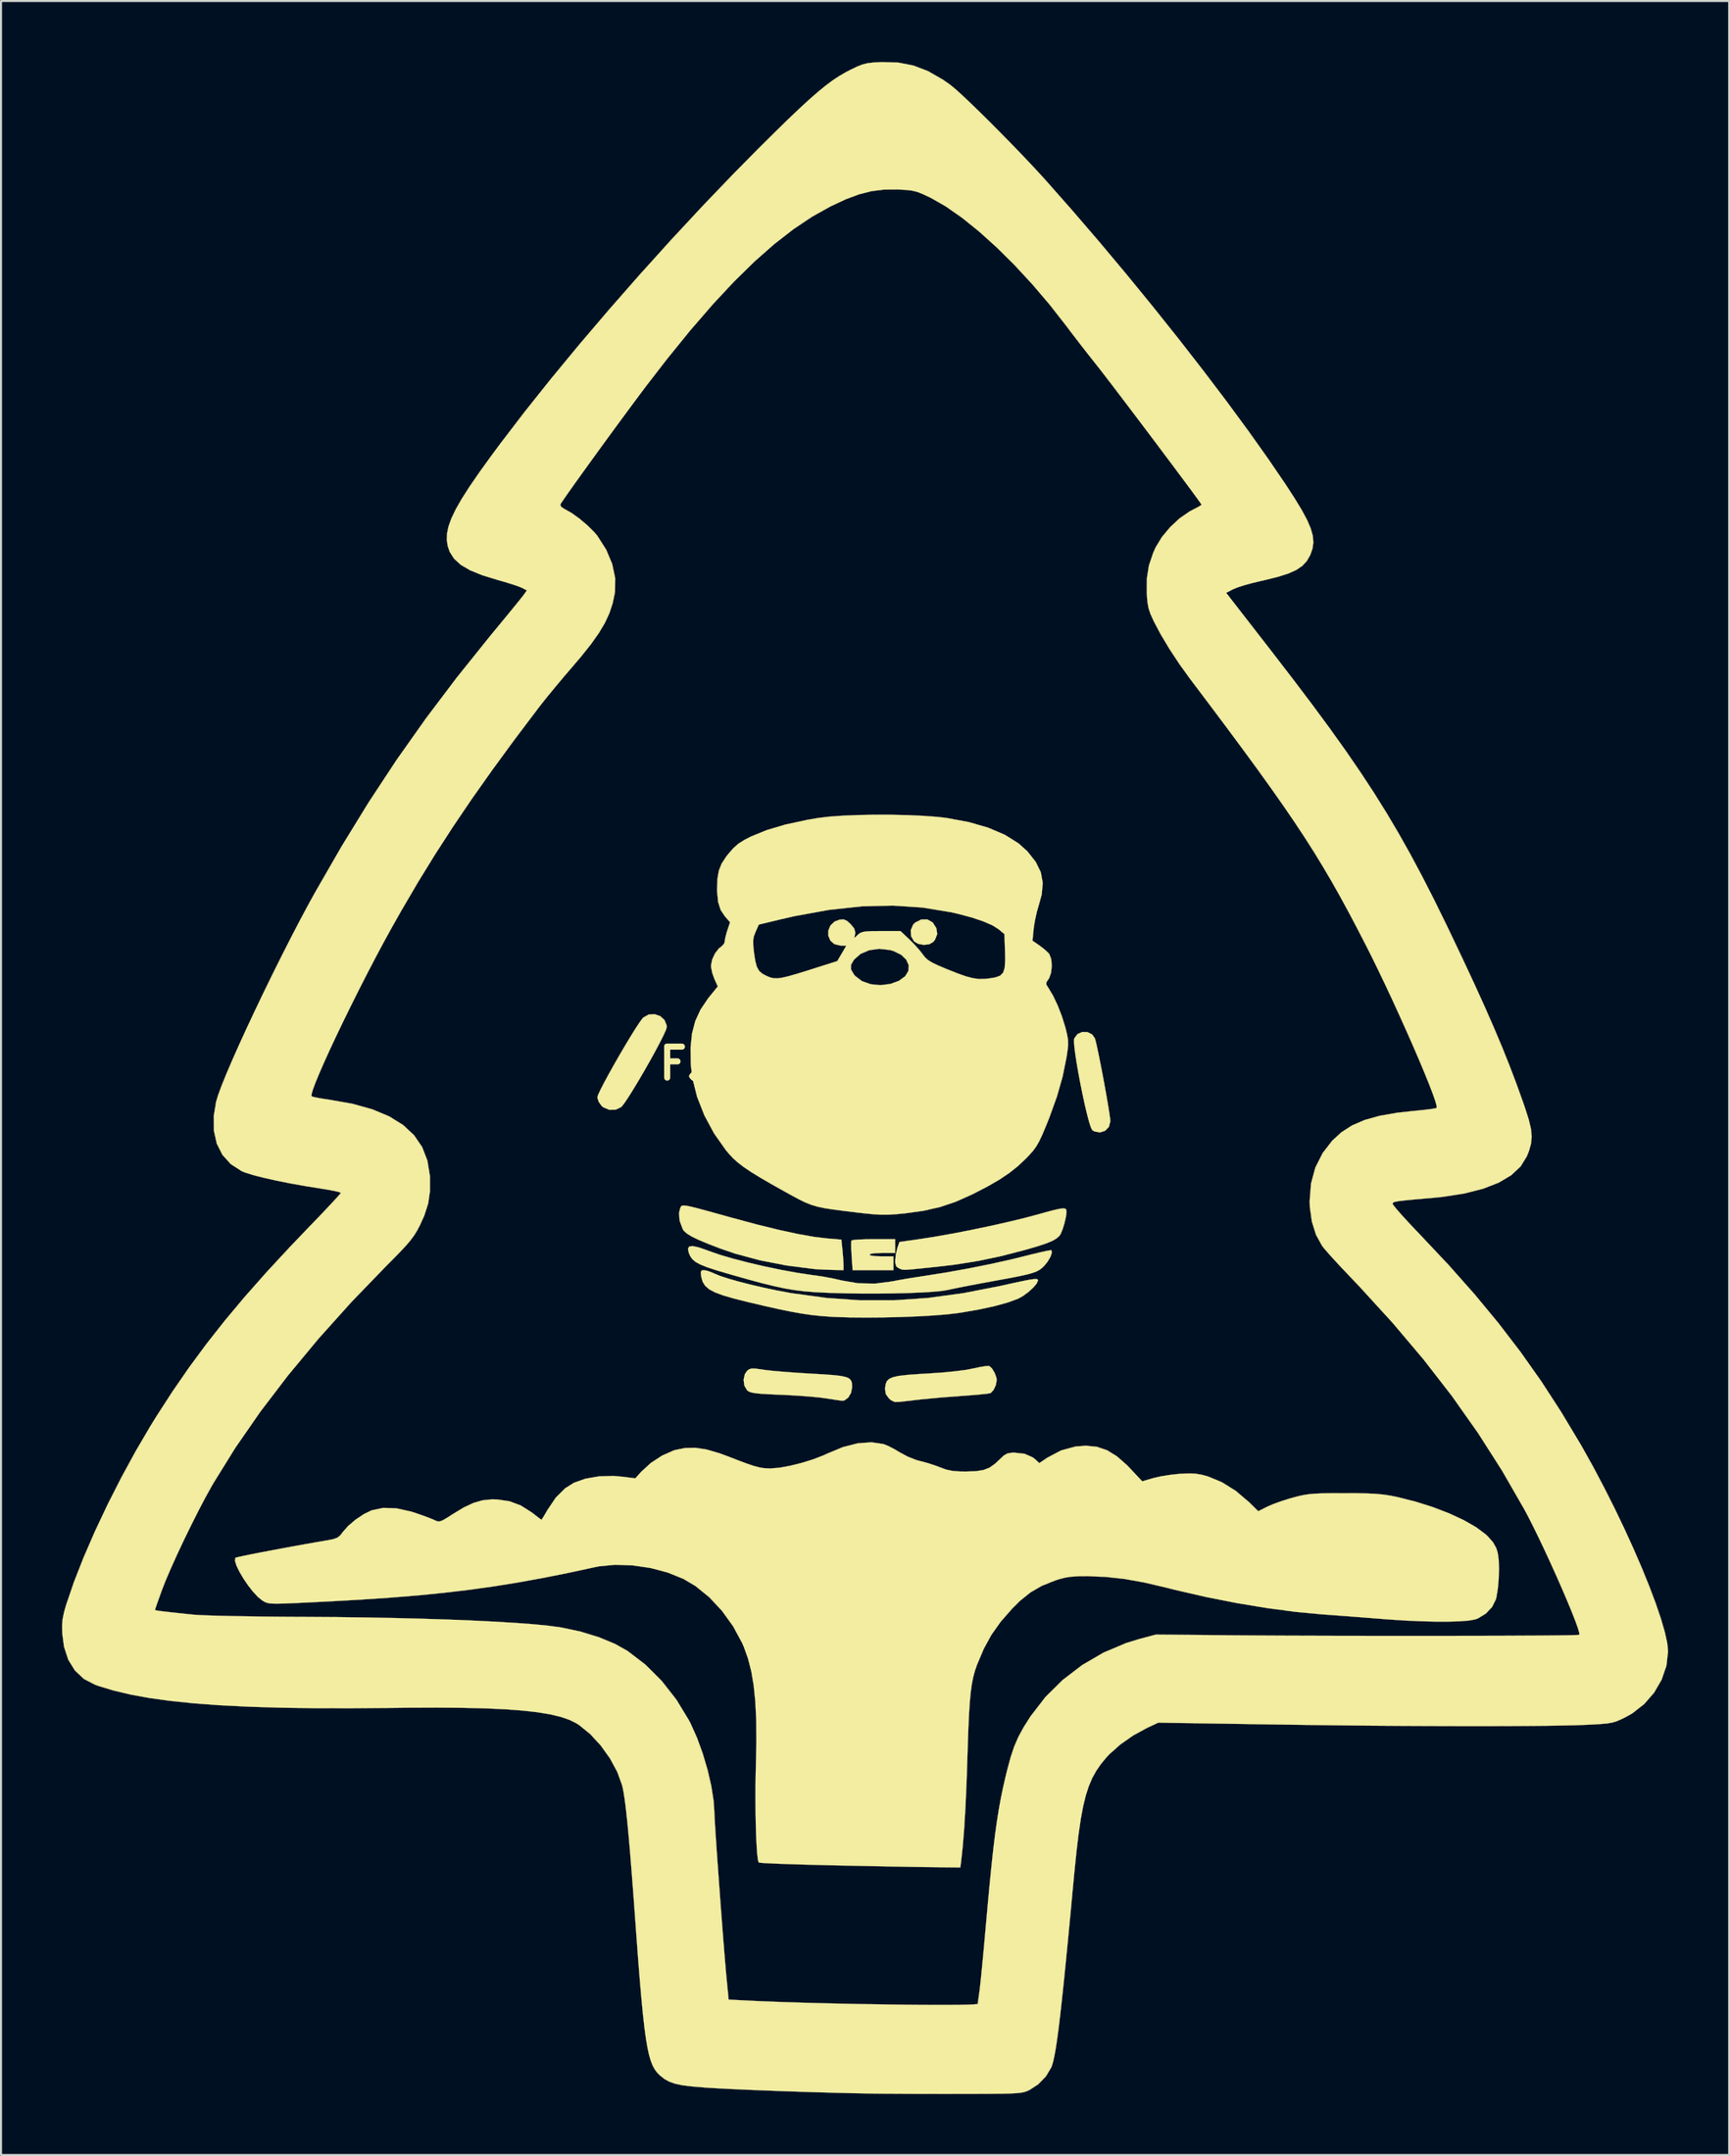
<source format=kicad_pcb>
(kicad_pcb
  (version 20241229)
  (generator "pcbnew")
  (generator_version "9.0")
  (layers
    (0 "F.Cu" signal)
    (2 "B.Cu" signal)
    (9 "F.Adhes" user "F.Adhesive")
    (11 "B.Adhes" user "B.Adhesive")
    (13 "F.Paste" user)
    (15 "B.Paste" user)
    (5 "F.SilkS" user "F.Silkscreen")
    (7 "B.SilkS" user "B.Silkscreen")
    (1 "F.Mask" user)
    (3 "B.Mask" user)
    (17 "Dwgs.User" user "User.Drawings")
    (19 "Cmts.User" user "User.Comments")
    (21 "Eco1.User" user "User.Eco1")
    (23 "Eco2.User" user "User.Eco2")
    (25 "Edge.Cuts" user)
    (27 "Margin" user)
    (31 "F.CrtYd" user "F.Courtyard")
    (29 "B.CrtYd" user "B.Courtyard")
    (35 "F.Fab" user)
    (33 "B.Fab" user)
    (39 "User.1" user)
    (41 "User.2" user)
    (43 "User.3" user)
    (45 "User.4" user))
  (footprint "F.SilkS_g1961"
    (layer "F.Cu")
    (at 37.422 49.267)
    (property "Reference" "F.SilkS_g1961" (at 0 0 0) (layer "F.SilkS") (effects (font (size 1.524 1.524) (thickness 0.3))))
    (attr through_hole)
    (fp_poly (pts (xy 5.146 -7.088) (xy 5.404 -6.941) (xy 5.582 -6.661) (xy 5.626 -6.371) (xy 5.516 -6.095) (xy 5.435 -5.99) (xy 5.236 -5.873) (xy 4.963 -5.841) (xy 4.685 -5.893) (xy 4.487 -6.011) (xy 4.339 -6.267) (xy 4.323 -6.561) (xy 4.438 -6.831) (xy 4.541 -6.937) (xy 4.847 -7.09) (xy 5.146 -7.088)) (stroke (width 0.01) (type solid)) (fill yes) (layer "F.SilkS"))
    (fp_poly (pts (xy 3.556 9.313) (xy 2.921 9.313) (xy 2.601 9.324) (xy 2.378 9.352) (xy 2.287 9.394) (xy 2.286 9.398) (xy 2.364 9.441) (xy 2.574 9.471) (xy 2.878 9.483) (xy 3.471 9.483) (xy 3.471 10.16) (xy 1.464 10.16) (xy 1.416 9.464) (xy 1.398 9.134) (xy 1.394 8.871) (xy 1.403 8.719) (xy 1.409 8.702) (xy 1.504 8.677) (xy 1.735 8.656) (xy 2.068 8.642) (xy 2.468 8.636) (xy 2.503 8.636) (xy 3.556 8.636) (xy 3.556 9.313)) (stroke (width 0.01) (type solid)) (fill yes) (layer "F.SilkS"))
    (fp_poly (pts (xy 13.016 -1.55) (xy 13.246 -1.432) (xy 13.376 -1.25) (xy 13.421 -1.095) (xy 13.488 -0.804) (xy 13.572 -0.408) (xy 13.666 0.063) (xy 13.765 0.578) (xy 13.863 1.105) (xy 13.954 1.615) (xy 14.033 2.076) (xy 14.094 2.457) (xy 14.131 2.729) (xy 14.139 2.839) (xy 14.068 3.113) (xy 13.885 3.302) (xy 13.635 3.385) (xy 13.364 3.337) (xy 13.255 3.274) (xy 13.19 3.155) (xy 13.104 2.897) (xy 13.005 2.527) (xy 12.896 2.073) (xy 12.785 1.563) (xy 12.675 1.025) (xy 12.573 0.485) (xy 12.484 -0.027) (xy 12.414 -0.484) (xy 12.368 -0.858) (xy 12.352 -1.122) (xy 12.364 -1.235) (xy 12.523 -1.451) (xy 12.758 -1.556) (xy 13.016 -1.55)) (stroke (width 0.01) (type solid)) (fill yes) (layer "F.SilkS"))
    (fp_poly (pts (xy -8.003 -2.337) (xy -7.79 -2.147) (xy -7.682 -1.88) (xy -7.676 -1.799) (xy -7.719 -1.656) (xy -7.836 -1.395) (xy -8.014 -1.04) (xy -8.238 -0.618) (xy -8.494 -0.154) (xy -8.767 0.327) (xy -9.043 0.8) (xy -9.307 1.239) (xy -9.545 1.62) (xy -9.742 1.916) (xy -9.885 2.102) (xy -9.921 2.138) (xy -10.192 2.268) (xy -10.506 2.271) (xy -10.797 2.15) (xy -10.884 2.078) (xy -11.028 1.874) (xy -11.091 1.666) (xy -11.091 1.658) (xy -11.049 1.526) (xy -10.932 1.274) (xy -10.754 0.929) (xy -10.53 0.515) (xy -10.274 0.057) (xy -10.001 -0.42) (xy -9.724 -0.891) (xy -9.459 -1.331) (xy -9.22 -1.716) (xy -9.02 -2.019) (xy -8.876 -2.217) (xy -8.832 -2.265) (xy -8.568 -2.413) (xy -8.277 -2.431) (xy -8.003 -2.337)) (stroke (width 0.01) (type solid)) (fill yes) (layer "F.SilkS"))
    (fp_poly (pts (xy -6.713 6.991) (xy -6.505 7.033) (xy -6.206 7.106) (xy -5.8 7.215) (xy -5.269 7.362) (xy -4.594 7.55) (xy -4.49 7.578) (xy -3.252 7.911) (xy -2.166 8.178) (xy -1.226 8.382) (xy -0.428 8.523) (xy 0.222 8.601) (xy 0.91 8.659) (xy 0.963 9.168) (xy 0.992 9.489) (xy 1.011 9.778) (xy 1.016 9.918) (xy 1.016 10.16) (xy 0.445 10.146) (xy 0.097 10.135) (xy -0.227 10.119) (xy -0.423 10.105) (xy -1.77 9.934) (xy -3.076 9.68) (xy -4.296 9.353) (xy -5.025 9.104) (xy -5.641 8.867) (xy -6.113 8.669) (xy -6.458 8.501) (xy -6.695 8.354) (xy -6.841 8.219) (xy -6.891 8.142) (xy -7.044 7.73) (xy -7.073 7.352) (xy -7.03 7.162) (xy -7.004 7.087) (xy -6.977 7.03) (xy -6.932 6.992) (xy -6.85 6.979) (xy -6.713 6.991)) (stroke (width 0.01) (type solid)) (fill yes) (layer "F.SilkS"))
    (fp_poly (pts (xy 8.188 14.877) (xy 8.32 14.996) (xy 8.448 15.209) (xy 8.535 15.447) (xy 8.551 15.57) (xy 8.507 15.816) (xy 8.397 16.05) (xy 8.257 16.199) (xy 8.232 16.211) (xy 8.105 16.234) (xy 7.844 16.263) (xy 7.48 16.297) (xy 7.05 16.33) (xy 6.875 16.342) (xy 5.831 16.422) (xy 4.837 16.516) (xy 3.947 16.618) (xy 3.786 16.639) (xy 3.537 16.645) (xy 3.354 16.559) (xy 3.252 16.468) (xy 3.096 16.255) (xy 3.06 16.005) (xy 3.064 15.946) (xy 3.092 15.759) (xy 3.153 15.614) (xy 3.269 15.504) (xy 3.459 15.422) (xy 3.743 15.36) (xy 4.142 15.313) (xy 4.676 15.273) (xy 5.122 15.247) (xy 5.842 15.198) (xy 6.482 15.137) (xy 7.013 15.069) (xy 7.402 14.995) (xy 7.729 14.925) (xy 8 14.881) (xy 8.167 14.873) (xy 8.188 14.877)) (stroke (width 0.01) (type solid)) (fill yes) (layer "F.SilkS"))
    (fp_poly (pts (xy -3.31 15.003) (xy -3.013 15.044) (xy -2.94 15.056) (xy -2.662 15.092) (xy -2.253 15.132) (xy -1.752 15.173) (xy -1.195 15.213) (xy -0.623 15.248) (xy -0.593 15.25) (xy 0.045 15.287) (xy 0.533 15.323) (xy 0.892 15.365) (xy 1.141 15.42) (xy 1.301 15.494) (xy 1.39 15.593) (xy 1.43 15.725) (xy 1.439 15.895) (xy 1.439 15.914) (xy 1.386 16.194) (xy 1.251 16.426) (xy 1.066 16.565) (xy 0.949 16.583) (xy 0.8 16.564) (xy 0.535 16.525) (xy 0.206 16.474) (xy 0.127 16.461) (xy -0.191 16.42) (xy -0.632 16.378) (xy -1.151 16.339) (xy -1.702 16.306) (xy -2.051 16.29) (xy -2.603 16.266) (xy -3.01 16.242) (xy -3.299 16.215) (xy -3.495 16.181) (xy -3.624 16.138) (xy -3.71 16.082) (xy -3.724 16.07) (xy -3.86 15.842) (xy -3.897 15.551) (xy -3.835 15.271) (xy -3.724 15.111) (xy -3.619 15.033) (xy -3.497 14.998) (xy -3.31 15.003)) (stroke (width 0.01) (type solid)) (fill yes) (layer "F.SilkS"))
    (fp_poly (pts (xy 11.907 7.131) (xy 11.962 7.169) (xy 11.971 7.181) (xy 11.985 7.32) (xy 11.95 7.562) (xy 11.882 7.855) (xy 11.794 8.143) (xy 11.699 8.374) (xy 11.637 8.472) (xy 11.496 8.597) (xy 11.298 8.714) (xy 11.017 8.833) (xy 10.626 8.965) (xy 10.099 9.121) (xy 10.014 9.145) (xy 8.808 9.46) (xy 7.67 9.701) (xy 6.522 9.885) (xy 5.595 9.995) (xy 5.036 10.053) (xy 4.62 10.096) (xy 4.324 10.124) (xy 4.123 10.139) (xy 3.993 10.142) (xy 3.908 10.133) (xy 3.845 10.114) (xy 3.778 10.086) (xy 3.747 10.073) (xy 3.615 9.981) (xy 3.564 9.814) (xy 3.561 9.676) (xy 3.593 9.368) (xy 3.665 9.07) (xy 3.667 9.065) (xy 3.768 8.774) (xy 4.826 8.622) (xy 5.56 8.507) (xy 6.394 8.358) (xy 7.285 8.185) (xy 8.185 7.997) (xy 9.052 7.803) (xy 9.838 7.614) (xy 10.466 7.448) (xy 10.987 7.304) (xy 11.368 7.204) (xy 11.633 7.145) (xy 11.805 7.122) (xy 11.907 7.131)) (stroke (width 0.01) (type solid)) (fill yes) (layer "F.SilkS"))
    (fp_poly (pts (xy -5.66 10.198) (xy -5.411 10.292) (xy -5.337 10.328) (xy -5.06 10.442) (xy -4.648 10.576) (xy -4.131 10.723) (xy -3.54 10.874) (xy -2.908 11.022) (xy -2.264 11.158) (xy -1.641 11.275) (xy -1.523 11.295) (xy 0.174 11.527) (xy 1.836 11.644) (xy 3.494 11.644) (xy 5.176 11.527) (xy 6.915 11.29) (xy 8.74 10.934) (xy 8.816 10.917) (xy 9.402 10.787) (xy 9.844 10.693) (xy 10.161 10.631) (xy 10.373 10.6) (xy 10.501 10.596) (xy 10.564 10.616) (xy 10.583 10.657) (xy 10.583 10.665) (xy 10.517 10.818) (xy 10.345 11.021) (xy 10.106 11.238) (xy 9.839 11.434) (xy 9.61 11.56) (xy 9.108 11.746) (xy 8.46 11.925) (xy 7.691 12.093) (xy 6.824 12.244) (xy 6.634 12.272) (xy 6.097 12.335) (xy 5.427 12.389) (xy 4.659 12.433) (xy 3.829 12.465) (xy 2.974 12.485) (xy 2.13 12.492) (xy 1.331 12.485) (xy 0.614 12.462) (xy 0.381 12.45) (xy -0.09 12.415) (xy -0.553 12.366) (xy -1.036 12.296) (xy -1.568 12.201) (xy -2.178 12.076) (xy -2.895 11.915) (xy -3.712 11.722) (xy -4.386 11.553) (xy -4.911 11.4) (xy -5.307 11.252) (xy -5.593 11.1) (xy -5.787 10.932) (xy -5.908 10.739) (xy -5.976 10.509) (xy -5.984 10.467) (xy -6.005 10.264) (xy -5.965 10.178) (xy -5.85 10.16) (xy -5.66 10.198)) (stroke (width 0.01) (type solid)) (fill yes) (layer "F.SilkS"))
    (fp_poly (pts (xy -6.126 9.034) (xy -5.707 9.177) (xy -5.588 9.222) (xy -5.068 9.403) (xy -4.418 9.594) (xy -3.678 9.786) (xy -2.885 9.971) (xy -2.079 10.14) (xy -1.297 10.284) (xy -0.58 10.393) (xy -0.423 10.413) (xy 0.019 10.479) (xy 0.499 10.569) (xy 0.916 10.664) (xy 0.931 10.668) (xy 1.73 10.805) (xy 2.578 10.821) (xy 3.398 10.715) (xy 3.723 10.652) (xy 4.152 10.577) (xy 4.619 10.502) (xy 4.922 10.456) (xy 6.022 10.282) (xy 7.154 10.079) (xy 8.261 9.857) (xy 9.29 9.627) (xy 9.897 9.477) (xy 10.342 9.365) (xy 10.726 9.274) (xy 11.022 9.21) (xy 11.201 9.18) (xy 11.241 9.18) (xy 11.261 9.309) (xy 11.188 9.517) (xy 11.043 9.758) (xy 10.899 9.934) (xy 10.784 10.048) (xy 10.661 10.142) (xy 10.509 10.224) (xy 10.306 10.299) (xy 10.03 10.375) (xy 9.659 10.457) (xy 9.173 10.552) (xy 8.548 10.667) (xy 8.307 10.711) (xy 7.762 10.811) (xy 7.229 10.912) (xy 6.749 11.006) (xy 6.361 11.085) (xy 6.138 11.134) (xy 5.837 11.183) (xy 5.391 11.225) (xy 4.826 11.259) (xy 4.166 11.285) (xy 3.438 11.302) (xy 2.665 11.311) (xy 1.873 11.31) (xy 1.087 11.298) (xy 0.331 11.276) (xy 0.042 11.264) (xy -0.474 11.236) (xy -0.947 11.195) (xy -1.404 11.138) (xy -1.873 11.058) (xy -2.384 10.949) (xy -2.964 10.807) (xy -3.642 10.625) (xy -4.447 10.398) (xy -4.645 10.341) (xy -5.241 10.165) (xy -5.695 10.015) (xy -6.029 9.881) (xy -6.265 9.752) (xy -6.425 9.614) (xy -6.531 9.456) (xy -6.592 9.31) (xy -6.633 9.112) (xy -6.576 9) (xy -6.411 8.975) (xy -6.126 9.034)) (stroke (width 0.01) (type solid)) (fill yes) (layer "F.SilkS"))
    (fp_poly (pts (xy 3.384 -12.238) (xy 4.209 -12.22) (xy 4.98 -12.184) (xy 5.659 -12.132) (xy 6.078 -12.083) (xy 7.175 -11.88) (xy 8.135 -11.603) (xy 8.954 -11.253) (xy 9.625 -10.833) (xy 10.06 -10.441) (xy 10.469 -9.924) (xy 10.719 -9.415) (xy 10.815 -8.888) (xy 10.764 -8.316) (xy 10.642 -7.872) (xy 10.524 -7.461) (xy 10.425 -7.011) (xy 10.369 -6.641) (xy 10.311 -6.047) (xy 10.665 -5.802) (xy 10.899 -5.622) (xy 11.086 -5.449) (xy 11.14 -5.384) (xy 11.232 -5.14) (xy 11.259 -4.814) (xy 11.225 -4.477) (xy 11.131 -4.204) (xy 11.097 -4.152) (xy 10.994 -4.001) (xy 10.989 -3.89) (xy 11.085 -3.734) (xy 11.1 -3.713) (xy 11.321 -3.343) (xy 11.548 -2.864) (xy 11.756 -2.33) (xy 11.921 -1.799) (xy 11.936 -1.743) (xy 12.017 -1.41) (xy 12.058 -1.155) (xy 12.063 -0.914) (xy 12.032 -0.623) (xy 11.983 -0.303) (xy 11.793 0.637) (xy 11.515 1.613) (xy 11.137 2.663) (xy 10.985 3.041) (xy 10.796 3.491) (xy 10.64 3.823) (xy 10.492 4.08) (xy 10.327 4.304) (xy 10.118 4.536) (xy 9.996 4.663) (xy 9.599 5.038) (xy 9.172 5.378) (xy 8.684 5.706) (xy 8.103 6.042) (xy 7.395 6.408) (xy 7.339 6.436) (xy 6.541 6.793) (xy 5.764 7.055) (xy 4.944 7.241) (xy 4.057 7.364) (xy 3.606 7.407) (xy 3.235 7.431) (xy 2.891 7.433) (xy 2.523 7.413) (xy 2.079 7.37) (xy 1.651 7.321) (xy 0.996 7.241) (xy 0.477 7.173) (xy 0.064 7.107) (xy -0.275 7.035) (xy -0.572 6.946) (xy -0.857 6.832) (xy -1.163 6.684) (xy -1.52 6.492) (xy -1.866 6.3) (xy -2.547 5.918) (xy -3.099 5.597) (xy -3.541 5.325) (xy -3.894 5.086) (xy -4.18 4.867) (xy -4.418 4.651) (xy -4.63 4.425) (xy -4.765 4.263) (xy -5.347 3.439) (xy -5.826 2.549) (xy -6.188 1.627) (xy -6.418 0.707) (xy -6.495 0.042) (xy -6.506 -0.778) (xy -6.435 -1.478) (xy -6.275 -2.093) (xy -6.015 -2.658) (xy -5.646 -3.205) (xy -5.553 -3.321) (xy -5.167 -3.796) (xy -5.333 -4.163) (xy -5.437 -4.453) (xy -5.496 -4.738) (xy -5.501 -4.816) (xy -5.446 -5.113) (xy -5.303 -5.421) (xy -5.108 -5.671) (xy -4.988 -5.761) (xy -4.856 -5.901) (xy -4.826 -6.011) (xy -4.818 -6.064) (xy -3.428 -6.064) (xy -3.425 -5.814) (xy -3.388 -5.469) (xy -3.324 -5.047) (xy -3.246 -4.755) (xy -3.133 -4.558) (xy -2.966 -4.416) (xy -2.766 -4.311) (xy -2.597 -4.241) (xy -2.432 -4.2) (xy -2.246 -4.193) (xy -2.013 -4.223) (xy -1.706 -4.294) (xy -1.301 -4.409) (xy -0.769 -4.573) (xy -0.588 -4.631) (xy 1.383 -4.631) (xy 1.531 -4.381) (xy 1.59 -4.311) (xy 1.923 -4.057) (xy 2.353 -3.904) (xy 2.836 -3.857) (xy 3.329 -3.92) (xy 3.742 -4.072) (xy 4.05 -4.297) (xy 4.208 -4.561) (xy 4.223 -4.841) (xy 4.102 -5.113) (xy 3.853 -5.353) (xy 3.481 -5.536) (xy 3.305 -5.587) (xy 2.779 -5.647) (xy 2.283 -5.58) (xy 1.853 -5.396) (xy 1.531 -5.113) (xy 1.385 -4.86) (xy 1.383 -4.631) (xy -0.588 -4.631) (xy -0.549 -4.643) (xy 0.711 -5.043) (xy 1.155 -5.8) (xy 0.861 -5.807) (xy 0.567 -5.878) (xy 0.37 -6.051) (xy 0.271 -6.286) (xy 0.271 -6.546) (xy 0.372 -6.792) (xy 0.575 -6.986) (xy 0.822 -7.079) (xy 1.02 -7.093) (xy 1.184 -7.022) (xy 1.361 -6.865) (xy 1.54 -6.647) (xy 1.594 -6.46) (xy 1.587 -6.385) (xy 1.546 -6.172) (xy 1.731 -6.345) (xy 1.83 -6.422) (xy 1.957 -6.473) (xy 2.146 -6.502) (xy 2.433 -6.516) (xy 2.853 -6.519) (xy 2.867 -6.519) (xy 3.817 -6.519) (xy 4.247 -6.117) (xy 4.512 -5.851) (xy 4.761 -5.57) (xy 4.911 -5.376) (xy 5.031 -5.221) (xy 5.174 -5.093) (xy 5.373 -4.97) (xy 5.662 -4.831) (xy 6.074 -4.657) (xy 6.109 -4.643) (xy 6.635 -4.434) (xy 7.044 -4.29) (xy 7.375 -4.203) (xy 7.663 -4.164) (xy 7.947 -4.166) (xy 8.178 -4.188) (xy 8.505 -4.243) (xy 8.73 -4.33) (xy 8.87 -4.479) (xy 8.944 -4.715) (xy 8.968 -5.069) (xy 8.961 -5.478) (xy 8.932 -6.369) (xy 8.641 -6.612) (xy 8.337 -6.803) (xy 7.886 -6.999) (xy 7.309 -7.191) (xy 6.629 -7.372) (xy 6.308 -7.445) (xy 4.906 -7.676) (xy 3.446 -7.773) (xy 1.918 -7.736) (xy 0.312 -7.563) (xy -1.381 -7.256) (xy -2.062 -7.1) (xy -3.151 -6.838) (xy -3.31 -6.478) (xy -3.392 -6.265) (xy -3.428 -6.064) (xy -4.818 -6.064) (xy -4.799 -6.188) (xy -4.732 -6.443) (xy -4.694 -6.563) (xy -4.562 -6.952) (xy -4.817 -7.242) (xy -5.027 -7.559) (xy -5.151 -7.95) (xy -5.2 -8.452) (xy -5.202 -8.594) (xy -5.183 -9.102) (xy -5.113 -9.498) (xy -4.977 -9.839) (xy -4.755 -10.179) (xy -4.651 -10.312) (xy -4.397 -10.602) (xy -4.151 -10.819) (xy -3.853 -11.007) (xy -3.532 -11.171) (xy -2.765 -11.484) (xy -1.849 -11.756) (xy -0.776 -11.988) (xy -0.254 -12.078) (xy 0.285 -12.144) (xy 0.955 -12.193) (xy 1.72 -12.225) (xy 2.542 -12.24) (xy 3.384 -12.238)) (stroke (width 0.01) (type solid)) (fill yes) (layer "F.SilkS"))
    (fp_poly (pts (xy 2.972 18.712) (xy 3.204 18.803) (xy 3.505 18.957) (xy 3.777 19.118) (xy 4.172 19.332) (xy 4.595 19.499) (xy 4.784 19.55) (xy 5.167 19.652) (xy 5.578 19.787) (xy 5.776 19.864) (xy 6.075 19.972) (xy 6.372 20.034) (xy 6.732 20.062) (xy 7.028 20.066) (xy 7.523 20.05) (xy 7.898 19.991) (xy 8.199 19.874) (xy 8.472 19.68) (xy 8.678 19.485) (xy 8.895 19.282) (xy 9.075 19.178) (xy 9.285 19.141) (xy 9.414 19.137) (xy 9.923 19.193) (xy 10.324 19.37) (xy 10.467 19.483) (xy 10.646 19.652) (xy 11.039 19.386) (xy 11.712 19.03) (xy 12.429 18.835) (xy 12.938 18.796) (xy 13.477 18.849) (xy 13.976 19.017) (xy 14.462 19.315) (xy 14.963 19.756) (xy 15.131 19.93) (xy 15.707 20.547) (xy 16.256 20.387) (xy 16.609 20.306) (xy 17.048 20.234) (xy 17.489 20.184) (xy 17.578 20.177) (xy 18.006 20.159) (xy 18.337 20.172) (xy 18.644 20.225) (xy 18.943 20.307) (xy 19.629 20.592) (xy 20.314 21.021) (xy 20.965 21.574) (xy 20.982 21.59) (xy 21.416 22.018) (xy 21.855 21.796) (xy 22.139 21.673) (xy 22.521 21.533) (xy 22.937 21.401) (xy 23.106 21.352) (xy 23.396 21.276) (xy 23.652 21.22) (xy 23.908 21.181) (xy 24.196 21.155) (xy 24.55 21.14) (xy 25.003 21.133) (xy 25.589 21.132) (xy 25.654 21.132) (xy 26.291 21.134) (xy 26.795 21.144) (xy 27.201 21.164) (xy 27.545 21.196) (xy 27.862 21.242) (xy 28.189 21.306) (xy 28.236 21.316) (xy 29.135 21.541) (xy 29.999 21.813) (xy 30.804 22.122) (xy 31.522 22.456) (xy 32.13 22.804) (xy 32.601 23.156) (xy 32.695 23.244) (xy 32.961 23.543) (xy 33.121 23.83) (xy 33.194 24.065) (xy 33.241 24.403) (xy 33.256 24.847) (xy 33.241 25.339) (xy 33.199 25.82) (xy 33.132 26.231) (xy 33.102 26.354) (xy 32.917 26.726) (xy 32.61 27.052) (xy 32.226 27.287) (xy 32.083 27.339) (xy 31.79 27.394) (xy 31.352 27.43) (xy 30.79 27.447) (xy 30.127 27.447) (xy 29.386 27.428) (xy 28.589 27.391) (xy 27.759 27.336) (xy 27.517 27.317) (xy 26.889 27.267) (xy 26.21 27.214) (xy 25.539 27.163) (xy 24.936 27.118) (xy 24.596 27.094) (xy 23.277 26.971) (xy 21.849 26.782) (xy 20.357 26.535) (xy 18.845 26.236) (xy 17.357 25.894) (xy 16.908 25.781) (xy 15.815 25.524) (xy 14.826 25.347) (xy 13.899 25.246) (xy 13.039 25.212) (xy 12.574 25.216) (xy 12.221 25.237) (xy 11.924 25.282) (xy 11.625 25.36) (xy 11.402 25.433) (xy 10.767 25.688) (xy 10.216 26.007) (xy 9.697 26.424) (xy 9.303 26.816) (xy 8.739 27.463) (xy 8.289 28.099) (xy 7.916 28.782) (xy 7.581 29.573) (xy 7.574 29.594) (xy 7.477 29.874) (xy 7.397 30.172) (xy 7.33 30.508) (xy 7.275 30.9) (xy 7.23 31.371) (xy 7.192 31.939) (xy 7.159 32.624) (xy 7.13 33.447) (xy 7.113 33.994) (xy 7.068 35.351) (xy 7.014 36.561) (xy 6.951 37.617) (xy 6.879 38.514) (xy 6.808 39.179) (xy 6.763 39.539) (xy 5.435 39.525) (xy 5.053 39.52) (xy 4.528 39.512) (xy 3.889 39.501) (xy 3.161 39.488) (xy 2.372 39.472) (xy 1.55 39.456) (xy 0.72 39.439) (xy 0.508 39.434) (xy -0.257 39.416) (xy -0.969 39.397) (xy -1.611 39.377) (xy -2.165 39.357) (xy -2.613 39.338) (xy -2.937 39.32) (xy -3.12 39.304) (xy -3.154 39.296) (xy -3.191 39.177) (xy -3.225 38.912) (xy -3.254 38.522) (xy -3.279 38.03) (xy -3.297 37.459) (xy -3.309 36.831) (xy -3.314 36.169) (xy -3.312 35.494) (xy -3.301 34.831) (xy -3.292 34.502) (xy -3.268 33.318) (xy -3.277 32.282) (xy -3.321 31.376) (xy -3.402 30.582) (xy -3.522 29.881) (xy -3.683 29.255) (xy -3.888 28.686) (xy -3.968 28.502) (xy -4.412 27.679) (xy -4.96 26.918) (xy -5.587 26.248) (xy -6.267 25.696) (xy -6.862 25.344) (xy -7.63 25.034) (xy -8.476 24.81) (xy -9.352 24.681) (xy -10.21 24.651) (xy -11.003 24.727) (xy -11.176 24.761) (xy -12.504 25.047) (xy -13.761 25.299) (xy -14.975 25.519) (xy -16.169 25.712) (xy -17.368 25.88) (xy -18.597 26.026) (xy -19.882 26.154) (xy -21.247 26.266) (xy -22.717 26.366) (xy -24.317 26.456) (xy -25.295 26.504) (xy -25.922 26.534) (xy -26.403 26.554) (xy -26.761 26.564) (xy -27.02 26.563) (xy -27.204 26.551) (xy -27.335 26.525) (xy -27.437 26.486) (xy -27.533 26.432) (xy -27.565 26.412) (xy -27.784 26.236) (xy -28.025 25.978) (xy -28.269 25.666) (xy -28.498 25.329) (xy -28.693 24.998) (xy -28.838 24.7) (xy -28.912 24.466) (xy -28.9 24.323) (xy -28.881 24.305) (xy -28.776 24.275) (xy -28.528 24.221) (xy -28.163 24.146) (xy -27.703 24.055) (xy -27.173 23.954) (xy -26.597 23.845) (xy -26 23.735) (xy -25.406 23.628) (xy -24.838 23.528) (xy -24.382 23.45) (xy -24.071 23.389) (xy -23.873 23.315) (xy -23.733 23.201) (xy -23.622 23.055) (xy -23.353 22.747) (xy -22.985 22.433) (xy -22.578 22.161) (xy -22.195 21.976) (xy -22.188 21.973) (xy -21.619 21.854) (xy -20.975 21.875) (xy -20.248 22.036) (xy -20.052 22.098) (xy -19.691 22.224) (xy -19.369 22.343) (xy -19.135 22.438) (xy -19.072 22.468) (xy -18.956 22.517) (xy -18.843 22.52) (xy -18.695 22.464) (xy -18.474 22.335) (xy -18.228 22.176) (xy -17.672 21.839) (xy -17.191 21.613) (xy -16.745 21.482) (xy -16.293 21.435) (xy -16.002 21.441) (xy -15.404 21.53) (xy -14.859 21.735) (xy -14.318 22.076) (xy -14.191 22.174) (xy -13.998 22.325) (xy -13.868 22.42) (xy -13.839 22.437) (xy -13.79 22.369) (xy -13.682 22.193) (xy -13.553 21.97) (xy -13.138 21.352) (xy -12.678 20.892) (xy -12.248 20.621) (xy -11.679 20.418) (xy -11.013 20.303) (xy -10.301 20.283) (xy -9.893 20.317) (xy -9.224 20.4) (xy -8.929 20.073) (xy -8.462 19.645) (xy -7.913 19.285) (xy -7.347 19.034) (xy -7.243 19.002) (xy -6.76 18.906) (xy -6.263 18.898) (xy -5.719 18.982) (xy -5.095 19.163) (xy -4.642 19.33) (xy -4.106 19.538) (xy -3.697 19.69) (xy -3.383 19.795) (xy -3.133 19.861) (xy -2.918 19.897) (xy -2.706 19.911) (xy -2.555 19.913) (xy -2.127 19.877) (xy -1.6 19.78) (xy -1.027 19.637) (xy -0.46 19.46) (xy 0.046 19.264) (xy 0.222 19.182) (xy 0.991 18.862) (xy 1.722 18.676) (xy 2.397 18.628) (xy 2.972 18.712)) (stroke (width 0.01) (type solid)) (fill yes) (layer "F.SilkS"))
    (fp_poly (pts (xy 3.718 -49.237) (xy 4.459 -49.092) (xy 5.177 -48.816) (xy 5.905 -48.397) (xy 6.261 -48.148) (xy 6.492 -47.959) (xy 6.821 -47.664) (xy 7.228 -47.28) (xy 7.697 -46.826) (xy 8.21 -46.32) (xy 8.748 -45.779) (xy 9.293 -45.222) (xy 9.828 -44.667) (xy 10.335 -44.131) (xy 10.795 -43.632) (xy 10.974 -43.434) (xy 12.277 -41.957) (xy 13.595 -40.423) (xy 14.911 -38.852) (xy 16.211 -37.262) (xy 17.479 -35.673) (xy 18.699 -34.105) (xy 19.857 -32.578) (xy 20.936 -31.11) (xy 21.922 -29.721) (xy 22.732 -28.533) (xy 23.192 -27.826) (xy 23.553 -27.233) (xy 23.82 -26.735) (xy 24 -26.314) (xy 24.1 -25.952) (xy 24.125 -25.63) (xy 24.083 -25.331) (xy 23.98 -25.036) (xy 23.968 -25.009) (xy 23.804 -24.723) (xy 23.583 -24.484) (xy 23.284 -24.281) (xy 22.883 -24.102) (xy 22.361 -23.937) (xy 21.695 -23.773) (xy 21.574 -23.746) (xy 21.137 -23.642) (xy 20.728 -23.53) (xy 20.393 -23.422) (xy 20.184 -23.337) (xy 19.837 -23.156) (xy 22.071 -20.278) (xy 23.122 -18.912) (xy 24.073 -17.655) (xy 24.935 -16.486) (xy 25.719 -15.388) (xy 26.438 -14.34) (xy 27.104 -13.326) (xy 27.728 -12.326) (xy 28.323 -11.321) (xy 28.9 -10.294) (xy 29.471 -9.224) (xy 30.049 -8.093) (xy 30.644 -6.883) (xy 30.839 -6.477) (xy 31.483 -5.124) (xy 32.054 -3.9) (xy 32.561 -2.783) (xy 33.012 -1.754) (xy 33.417 -0.793) (xy 33.783 0.122) (xy 34.12 1.01) (xy 34.437 1.892) (xy 34.542 2.197) (xy 34.722 2.762) (xy 34.829 3.215) (xy 34.864 3.598) (xy 34.829 3.949) (xy 34.726 4.31) (xy 34.624 4.563) (xy 34.319 5.058) (xy 33.859 5.489) (xy 33.244 5.854) (xy 32.476 6.154) (xy 31.557 6.388) (xy 30.486 6.555) (xy 29.977 6.606) (xy 29.355 6.66) (xy 28.881 6.703) (xy 28.535 6.738) (xy 28.298 6.768) (xy 28.148 6.796) (xy 28.066 6.825) (xy 28.032 6.858) (xy 28.025 6.898) (xy 28.025 6.9) (xy 28.081 6.991) (xy 28.24 7.185) (xy 28.483 7.461) (xy 28.795 7.802) (xy 29.159 8.189) (xy 29.358 8.397) (xy 30.772 9.899) (xy 32.057 11.348) (xy 33.233 12.77) (xy 34.321 14.19) (xy 35.342 15.636) (xy 36.314 17.134) (xy 37.259 18.711) (xy 37.357 18.881) (xy 37.897 19.849) (xy 38.424 20.847) (xy 38.934 21.858) (xy 39.418 22.866) (xy 39.869 23.856) (xy 40.283 24.811) (xy 40.65 25.716) (xy 40.966 26.554) (xy 41.222 27.309) (xy 41.413 27.966) (xy 41.532 28.509) (xy 41.571 28.912) (xy 41.49 29.619) (xy 41.255 30.304) (xy 40.886 30.94) (xy 40.398 31.502) (xy 39.809 31.963) (xy 39.476 32.149) (xy 39.228 32.269) (xy 39.022 32.355) (xy 38.818 32.414) (xy 38.58 32.455) (xy 38.269 32.484) (xy 37.848 32.508) (xy 37.564 32.522) (xy 37.045 32.542) (xy 36.37 32.557) (xy 35.554 32.57) (xy 34.609 32.579) (xy 33.55 32.585) (xy 32.39 32.587) (xy 31.142 32.586) (xy 29.821 32.582) (xy 28.441 32.575) (xy 27.014 32.564) (xy 25.554 32.55) (xy 24.076 32.532) (xy 22.592 32.511) (xy 22.282 32.507) (xy 16.499 32.417) (xy 15.942 32.677) (xy 15.27 33.044) (xy 14.635 33.488) (xy 14.093 33.97) (xy 13.936 34.139) (xy 13.673 34.459) (xy 13.446 34.788) (xy 13.25 35.142) (xy 13.081 35.539) (xy 12.933 35.995) (xy 12.803 36.526) (xy 12.687 37.151) (xy 12.579 37.886) (xy 12.475 38.749) (xy 12.372 39.755) (xy 12.32 40.301) (xy 12.184 41.76) (xy 12.06 43.058) (xy 11.948 44.206) (xy 11.846 45.213) (xy 11.753 46.088) (xy 11.669 46.839) (xy 11.592 47.477) (xy 11.52 48.009) (xy 11.454 48.446) (xy 11.391 48.796) (xy 11.332 49.069) (xy 11.273 49.273) (xy 11.237 49.371) (xy 10.972 49.816) (xy 10.589 50.208) (xy 10.177 50.477) (xy 10.069 50.529) (xy 9.961 50.57) (xy 9.837 50.603) (xy 9.677 50.628) (xy 9.463 50.647) (xy 9.175 50.66) (xy 8.797 50.668) (xy 8.308 50.673) (xy 7.69 50.676) (xy 6.925 50.678) (xy 6.773 50.678) (xy 5.994 50.679) (xy 5.197 50.678) (xy 4.416 50.676) (xy 3.685 50.672) (xy 3.038 50.668) (xy 2.509 50.663) (xy 2.286 50.659) (xy 1.479 50.644) (xy 0.597 50.622) (xy -0.333 50.596) (xy -1.284 50.566) (xy -2.228 50.533) (xy -3.136 50.498) (xy -3.982 50.462) (xy -4.737 50.427) (xy -5.374 50.392) (xy -5.8 50.365) (xy -6.416 50.314) (xy -6.894 50.255) (xy -7.262 50.179) (xy -7.551 50.078) (xy -7.791 49.945) (xy -8.012 49.77) (xy -8.03 49.753) (xy -8.157 49.623) (xy -8.271 49.469) (xy -8.373 49.279) (xy -8.466 49.042) (xy -8.551 48.746) (xy -8.63 48.38) (xy -8.705 47.932) (xy -8.778 47.391) (xy -8.85 46.745) (xy -8.924 45.983) (xy -9.001 45.093) (xy -9.083 44.063) (xy -9.171 42.883) (xy -9.226 42.122) (xy -9.32 40.845) (xy -9.406 39.728) (xy -9.484 38.761) (xy -9.556 37.933) (xy -9.623 37.236) (xy -9.686 36.659) (xy -9.746 36.193) (xy -9.803 35.828) (xy -9.858 35.554) (xy -9.872 35.501) (xy -10.11 34.843) (xy -10.471 34.175) (xy -10.925 33.541) (xy -11.44 32.981) (xy -11.985 32.537) (xy -12.126 32.447) (xy -12.465 32.279) (xy -12.889 32.133) (xy -13.409 32.009) (xy -14.033 31.906) (xy -14.769 31.823) (xy -15.626 31.759) (xy -16.612 31.714) (xy -17.738 31.687) (xy -19.01 31.677) (xy -20.439 31.683) (xy -21.167 31.692) (xy -23.173 31.709) (xy -25.019 31.706) (xy -26.712 31.68) (xy -28.259 31.632) (xy -29.667 31.561) (xy -30.944 31.466) (xy -32.097 31.347) (xy -33.134 31.203) (xy -34.061 31.033) (xy -34.887 30.837) (xy -35.618 30.615) (xy -35.798 30.551) (xy -36.346 30.266) (xy -36.786 29.853) (xy -37.114 29.322) (xy -37.324 28.68) (xy -37.406 28.048) (xy -37.417 27.657) (xy -37.393 27.332) (xy -37.325 26.997) (xy -37.289 26.87) (xy -32.851 26.87) (xy -32.83 26.885) (xy -32.754 26.902) (xy -32.605 26.925) (xy -32.361 26.955) (xy -32.005 26.995) (xy -31.516 27.048) (xy -30.988 27.104) (xy -30.72 27.123) (xy -30.3 27.142) (xy -29.746 27.159) (xy -29.076 27.175) (xy -28.307 27.188) (xy -27.458 27.2) (xy -26.546 27.209) (xy -25.588 27.215) (xy -25.442 27.215) (xy -23.932 27.226) (xy -22.458 27.245) (xy -21.033 27.272) (xy -19.67 27.307) (xy -18.382 27.349) (xy -17.183 27.398) (xy -16.084 27.452) (xy -15.1 27.513) (xy -14.244 27.577) (xy -13.528 27.647) (xy -12.965 27.72) (xy -12.867 27.736) (xy -11.911 27.94) (xy -11.02 28.213) (xy -10.227 28.542) (xy -9.611 28.887) (xy -8.737 29.555) (xy -7.928 30.362) (xy -7.205 31.284) (xy -6.589 32.297) (xy -6.506 32.457) (xy -6.193 33.154) (xy -5.911 33.928) (xy -5.672 34.736) (xy -5.488 35.531) (xy -5.372 36.269) (xy -5.334 36.866) (xy -5.327 37.051) (xy -5.309 37.383) (xy -5.28 37.841) (xy -5.243 38.402) (xy -5.198 39.046) (xy -5.148 39.75) (xy -5.094 40.493) (xy -5.038 41.253) (xy -4.981 42.009) (xy -4.925 42.739) (xy -4.871 43.422) (xy -4.821 44.035) (xy -4.777 44.557) (xy -4.74 44.967) (xy -4.731 45.056) (xy -4.634 46.042) (xy -3.439 46.102) (xy -2.785 46.131) (xy -2.052 46.159) (xy -1.255 46.185) (xy -0.41 46.209) (xy 0.466 46.231) (xy 1.358 46.25) (xy 2.249 46.267) (xy 3.123 46.28) (xy 3.965 46.291) (xy 4.758 46.298) (xy 5.487 46.302) (xy 6.135 46.302) (xy 6.686 46.298) (xy 7.124 46.29) (xy 7.434 46.277) (xy 7.599 46.26) (xy 7.622 46.249) (xy 7.634 46.138) (xy 7.664 45.91) (xy 7.703 45.633) (xy 7.732 45.403) (xy 7.772 45.033) (xy 7.82 44.55) (xy 7.875 43.981) (xy 7.933 43.354) (xy 7.992 42.697) (xy 7.998 42.627) (xy 8.106 41.423) (xy 8.204 40.369) (xy 8.296 39.447) (xy 8.384 38.639) (xy 8.471 37.924) (xy 8.56 37.287) (xy 8.652 36.706) (xy 8.75 36.165) (xy 8.857 35.643) (xy 8.975 35.124) (xy 9.064 34.759) (xy 9.237 34.117) (xy 9.414 33.587) (xy 9.619 33.114) (xy 9.877 32.641) (xy 10.211 32.114) (xy 10.221 32.1) (xy 10.945 31.16) (xy 11.798 30.316) (xy 12.759 29.581) (xy 13.807 28.971) (xy 14.921 28.5) (xy 15.569 28.302) (xy 16.383 28.086) (xy 19.939 28.119) (xy 20.826 28.126) (xy 21.786 28.132) (xy 22.807 28.138) (xy 23.876 28.142) (xy 24.981 28.146) (xy 26.109 28.148) (xy 27.247 28.15) (xy 28.383 28.151) (xy 29.504 28.151) (xy 30.597 28.15) (xy 31.649 28.148) (xy 32.648 28.146) (xy 33.582 28.143) (xy 34.436 28.138) (xy 35.2 28.134) (xy 35.86 28.128) (xy 36.403 28.122) (xy 36.817 28.115) (xy 37.088 28.107) (xy 37.206 28.098) (xy 37.209 28.097) (xy 37.204 27.993) (xy 37.134 27.756) (xy 37.007 27.405) (xy 36.832 26.96) (xy 36.616 26.438) (xy 36.369 25.86) (xy 36.099 25.245) (xy 35.813 24.612) (xy 35.522 23.98) (xy 35.232 23.369) (xy 34.953 22.797) (xy 34.693 22.284) (xy 34.504 21.929) (xy 33.406 20.021) (xy 32.224 18.17) (xy 30.944 16.356) (xy 29.549 14.557) (xy 28.026 12.755) (xy 26.359 10.93) (xy 25.89 10.439) (xy 25.525 10.054) (xy 25.182 9.685) (xy 24.887 9.358) (xy 24.665 9.102) (xy 24.556 8.965) (xy 24.257 8.423) (xy 24.052 7.77) (xy 23.952 7.039) (xy 23.944 6.766) (xy 24.011 5.898) (xy 24.224 5.111) (xy 24.587 4.395) (xy 25.052 3.794) (xy 25.5 3.381) (xy 26.025 3.043) (xy 26.648 2.774) (xy 27.385 2.568) (xy 28.254 2.417) (xy 28.954 2.34) (xy 29.384 2.298) (xy 29.753 2.256) (xy 30.027 2.218) (xy 30.176 2.187) (xy 30.191 2.18) (xy 30.189 2.073) (xy 30.12 1.829) (xy 29.992 1.465) (xy 29.811 0.996) (xy 29.585 0.438) (xy 29.32 -0.192) (xy 29.024 -0.88) (xy 28.702 -1.609) (xy 28.363 -2.363) (xy 28.014 -3.126) (xy 27.66 -3.882) (xy 27.309 -4.615) (xy 26.968 -5.31) (xy 26.721 -5.8) (xy 26.28 -6.655) (xy 25.857 -7.456) (xy 25.444 -8.215) (xy 25.031 -8.948) (xy 24.609 -9.666) (xy 24.171 -10.384) (xy 23.706 -11.114) (xy 23.206 -11.871) (xy 22.662 -12.667) (xy 22.066 -13.516) (xy 21.408 -14.432) (xy 20.68 -15.427) (xy 19.873 -16.516) (xy 18.978 -17.711) (xy 18.047 -18.945) (xy 17.53 -19.663) (xy 17.039 -20.41) (xy 16.606 -21.135) (xy 16.277 -21.759) (xy 16.116 -22.112) (xy 16.018 -22.408) (xy 15.963 -22.72) (xy 15.933 -23.123) (xy 15.932 -23.147) (xy 15.937 -23.864) (xy 16.038 -24.501) (xy 16.247 -25.122) (xy 16.372 -25.4) (xy 16.676 -25.9) (xy 17.085 -26.391) (xy 17.554 -26.827) (xy 18.035 -27.158) (xy 18.146 -27.217) (xy 18.394 -27.344) (xy 18.568 -27.444) (xy 18.627 -27.492) (xy 18.577 -27.569) (xy 18.437 -27.765) (xy 18.218 -28.066) (xy 17.931 -28.454) (xy 17.587 -28.916) (xy 17.2 -29.436) (xy 16.779 -29.997) (xy 16.338 -30.586) (xy 15.886 -31.185) (xy 15.437 -31.781) (xy 15.001 -32.357) (xy 14.59 -32.898) (xy 14.217 -33.388) (xy 13.891 -33.813) (xy 13.626 -34.156) (xy 13.432 -34.402) (xy 13.424 -34.412) (xy 13.066 -34.865) (xy 12.663 -35.382) (xy 12.269 -35.895) (xy 11.982 -36.275) (xy 11.159 -37.328) (xy 10.301 -38.335) (xy 9.426 -39.281) (xy 8.547 -40.152) (xy 7.681 -40.932) (xy 6.845 -41.606) (xy 6.052 -42.16) (xy 5.32 -42.58) (xy 5.269 -42.604) (xy 4.913 -42.772) (xy 4.638 -42.879) (xy 4.38 -42.942) (xy 4.078 -42.976) (xy 3.674 -42.996) (xy 3.014 -42.991) (xy 2.395 -42.915) (xy 1.774 -42.757) (xy 1.109 -42.508) (xy 0.381 -42.167) (xy -0.526 -41.661) (xy -1.448 -41.043) (xy -2.392 -40.309) (xy -3.365 -39.451) (xy -4.37 -38.465) (xy -5.416 -37.344) (xy -6.508 -36.082) (xy -7.651 -34.674) (xy -8.668 -33.359) (xy -8.992 -32.928) (xy -9.361 -32.432) (xy -9.763 -31.888) (xy -10.186 -31.313) (xy -10.617 -30.724) (xy -11.044 -30.137) (xy -11.456 -29.569) (xy -11.839 -29.036) (xy -12.183 -28.557) (xy -12.474 -28.147) (xy -12.701 -27.822) (xy -12.852 -27.601) (xy -12.914 -27.499) (xy -12.874 -27.391) (xy -12.708 -27.28) (xy -12.698 -27.276) (xy -12.358 -27.084) (xy -11.966 -26.802) (xy -11.575 -26.471) (xy -11.239 -26.136) (xy -11.089 -25.957) (xy -10.655 -25.276) (xy -10.362 -24.577) (xy -10.216 -23.881) (xy -10.224 -23.212) (xy -10.234 -23.142) (xy -10.339 -22.643) (xy -10.496 -22.165) (xy -10.716 -21.686) (xy -11.014 -21.184) (xy -11.403 -20.634) (xy -11.897 -20.014) (xy -12.361 -19.469) (xy -12.742 -19.025) (xy -13.139 -18.551) (xy -13.517 -18.092) (xy -13.837 -17.692) (xy -13.958 -17.536) (xy -15.159 -15.946) (xy -16.255 -14.45) (xy -17.263 -13.023) (xy -18.198 -11.642) (xy -19.077 -10.282) (xy -19.916 -8.918) (xy -20.731 -7.527) (xy -21.228 -6.646) (xy -21.617 -5.938) (xy -22.016 -5.188) (xy -22.42 -4.413) (xy -22.821 -3.627) (xy -23.212 -2.844) (xy -23.587 -2.079) (xy -23.938 -1.348) (xy -24.258 -0.664) (xy -24.54 -0.043) (xy -24.777 0.502) (xy -24.963 0.954) (xy -25.09 1.299) (xy -25.152 1.523) (xy -25.144 1.61) (xy -25.02 1.648) (xy -24.771 1.698) (xy -24.442 1.752) (xy -24.27 1.776) (xy -23.139 1.976) (xy -22.16 2.248) (xy -21.33 2.596) (xy -20.646 3.02) (xy -20.106 3.524) (xy -19.708 4.107) (xy -19.45 4.773) (xy -19.328 5.524) (xy -19.325 5.573) (xy -19.323 6.261) (xy -19.411 6.874) (xy -19.604 7.478) (xy -19.827 7.969) (xy -19.958 8.216) (xy -20.098 8.443) (xy -20.267 8.673) (xy -20.484 8.931) (xy -20.771 9.24) (xy -21.147 9.626) (xy -21.454 9.933) (xy -23.188 11.728) (xy -24.808 13.533) (xy -26.306 15.338) (xy -27.672 17.129) (xy -28.895 18.895) (xy -29.968 20.624) (xy -30.06 20.783) (xy -30.371 21.343) (xy -30.713 21.996) (xy -31.071 22.707) (xy -31.429 23.441) (xy -31.768 24.163) (xy -32.073 24.84) (xy -32.328 25.435) (xy -32.504 25.886) (xy -32.638 26.258) (xy -32.749 26.567) (xy -32.823 26.782) (xy -32.851 26.87) (xy -32.851 26.87) (xy -37.289 26.87) (xy -37.213 26.608) (xy -36.834 25.498) (xy -36.359 24.289) (xy -35.804 23.011) (xy -35.183 21.694) (xy -34.509 20.368) (xy -33.798 19.064) (xy -33.063 17.811) (xy -32.782 17.357) (xy -31.988 16.129) (xy -31.174 14.95) (xy -30.324 13.797) (xy -29.419 12.648) (xy -28.443 11.482) (xy -27.378 10.277) (xy -26.205 9.011) (xy -25.252 8.015) (xy -24.838 7.586) (xy -24.466 7.196) (xy -24.152 6.861) (xy -23.91 6.599) (xy -23.756 6.425) (xy -23.707 6.357) (xy -23.785 6.321) (xy -23.999 6.269) (xy -24.315 6.208) (xy -24.701 6.145) (xy -24.701 6.145) (xy -25.462 6.023) (xy -26.198 5.891) (xy -26.885 5.754) (xy -27.498 5.616) (xy -28.01 5.485) (xy -28.398 5.365) (xy -28.587 5.289) (xy -29.123 4.941) (xy -29.532 4.487) (xy -29.809 3.936) (xy -29.952 3.297) (xy -29.958 2.579) (xy -29.843 1.878) (xy -29.744 1.549) (xy -29.574 1.088) (xy -29.34 0.511) (xy -29.051 -0.164) (xy -28.715 -0.92) (xy -28.339 -1.741) (xy -27.932 -2.609) (xy -27.502 -3.507) (xy -27.057 -4.418) (xy -26.605 -5.325) (xy -26.154 -6.212) (xy -25.713 -7.06) (xy -25.288 -7.854) (xy -24.997 -8.382) (xy -23.671 -10.684) (xy -22.336 -12.857) (xy -20.965 -14.939) (xy -19.53 -16.969) (xy -18.007 -18.986) (xy -16.367 -21.03) (xy -16.193 -21.241) (xy -15.818 -21.695) (xy -15.471 -22.117) (xy -15.17 -22.486) (xy -14.931 -22.781) (xy -14.772 -22.98) (xy -14.721 -23.047) (xy -14.557 -23.276) (xy -14.806 -23.405) (xy -14.989 -23.479) (xy -15.29 -23.581) (xy -15.666 -23.696) (xy -15.999 -23.791) (xy -16.753 -24.022) (xy -17.351 -24.266) (xy -17.809 -24.535) (xy -18.139 -24.836) (xy -18.357 -25.179) (xy -18.451 -25.46) (xy -18.496 -25.757) (xy -18.485 -26.074) (xy -18.412 -26.423) (xy -18.271 -26.816) (xy -18.055 -27.266) (xy -17.758 -27.785) (xy -17.373 -28.387) (xy -16.895 -29.083) (xy -16.316 -29.885) (xy -15.875 -30.48) (xy -14.689 -32.031) (xy -13.39 -33.662) (xy -11.998 -35.348) (xy -10.533 -37.068) (xy -9.017 -38.796) (xy -7.47 -40.51) (xy -5.913 -42.185) (xy -4.366 -43.798) (xy -3.179 -45) (xy -2.414 -45.759) (xy -1.752 -46.407) (xy -1.179 -46.953) (xy -0.682 -47.411) (xy -0.248 -47.791) (xy 0.136 -48.105) (xy 0.484 -48.364) (xy 0.81 -48.579) (xy 1.126 -48.763) (xy 1.345 -48.877) (xy 1.683 -49.04) (xy 1.946 -49.145) (xy 2.194 -49.207) (xy 2.488 -49.241) (xy 2.886 -49.261) (xy 2.921 -49.262) (xy 3.718 -49.237)) (stroke (width 0.01) (type solid)) (fill yes) (layer "F.SilkS")))
  (gr_rect
    (start -3 -3)
    (end 81.998 102.951)
    (stroke (width 0.1) (type default))
    (fill no)
    (layer "Edge.Cuts")))
</source>
